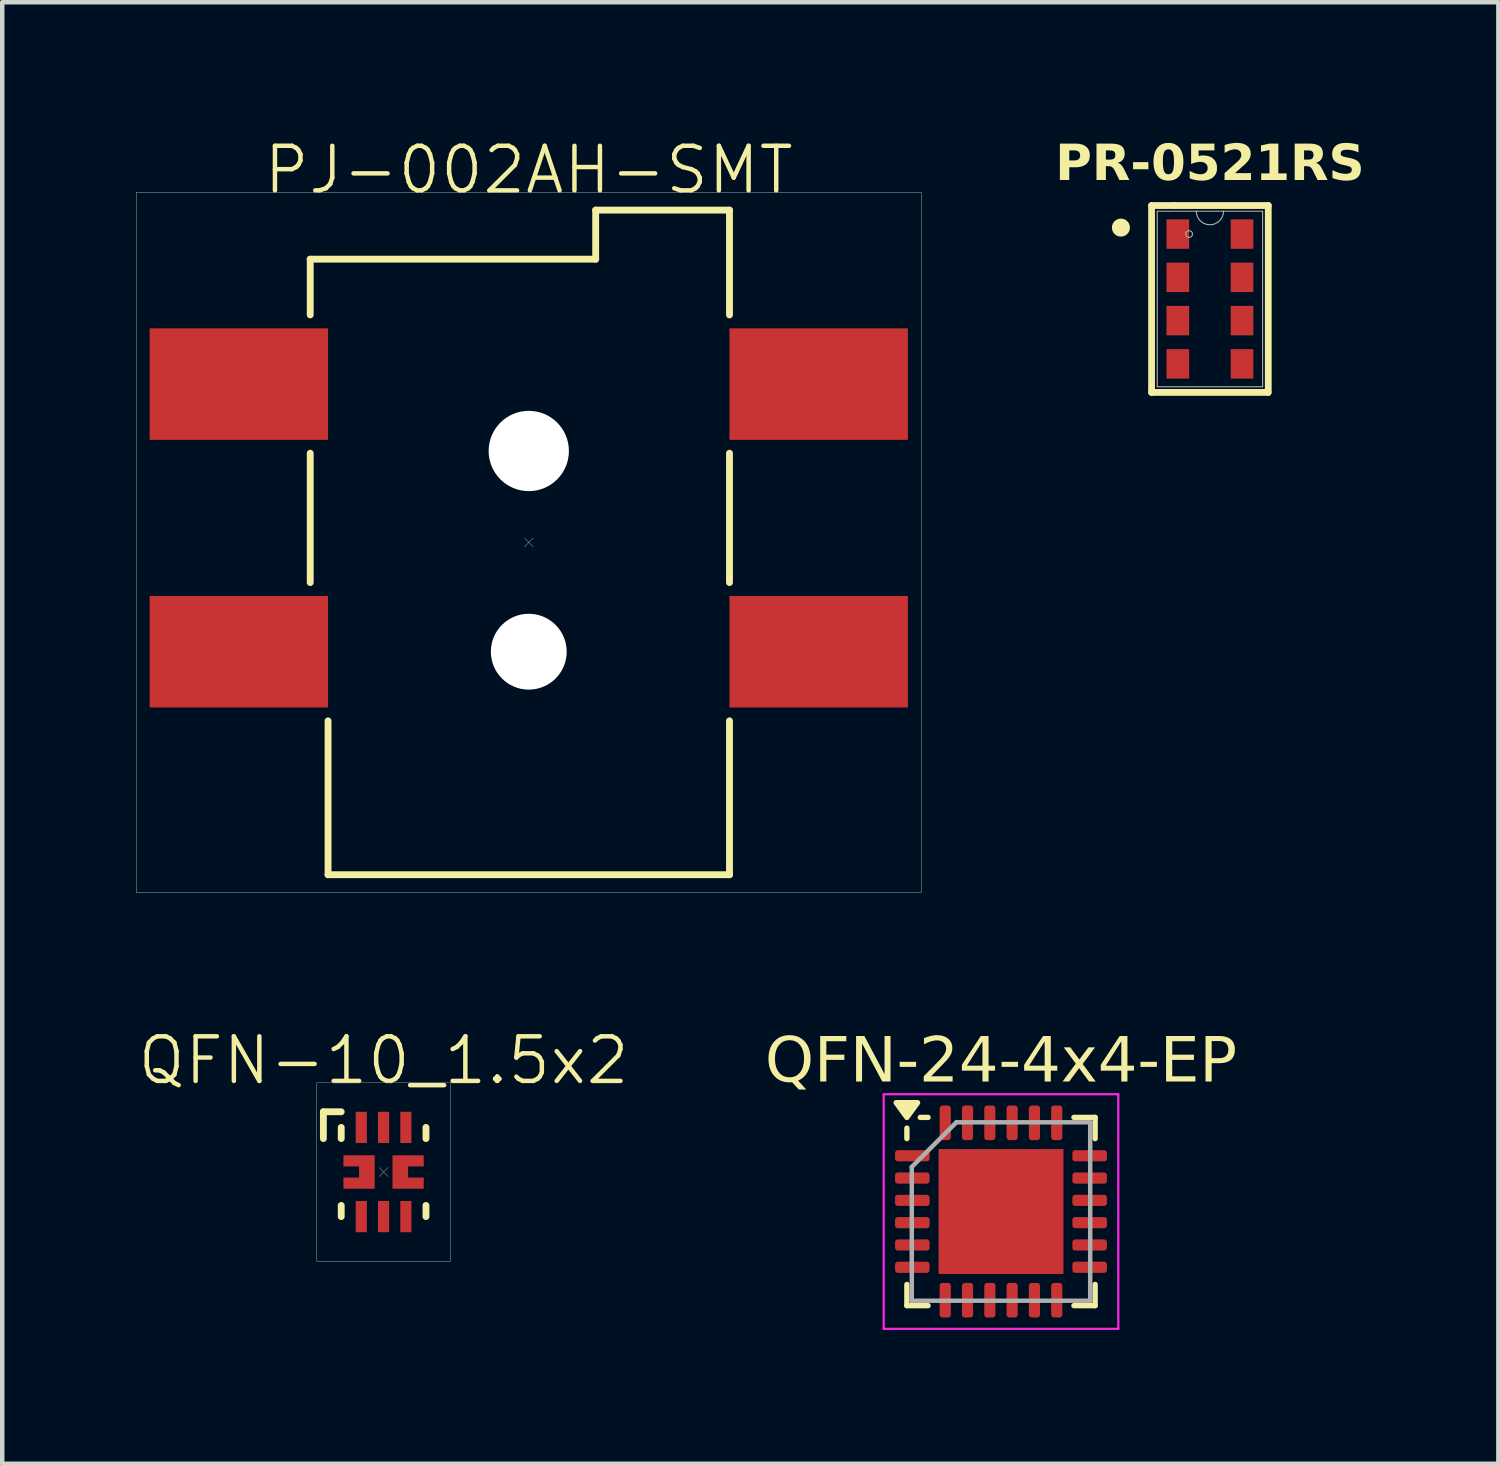
<source format=kicad_pcb>
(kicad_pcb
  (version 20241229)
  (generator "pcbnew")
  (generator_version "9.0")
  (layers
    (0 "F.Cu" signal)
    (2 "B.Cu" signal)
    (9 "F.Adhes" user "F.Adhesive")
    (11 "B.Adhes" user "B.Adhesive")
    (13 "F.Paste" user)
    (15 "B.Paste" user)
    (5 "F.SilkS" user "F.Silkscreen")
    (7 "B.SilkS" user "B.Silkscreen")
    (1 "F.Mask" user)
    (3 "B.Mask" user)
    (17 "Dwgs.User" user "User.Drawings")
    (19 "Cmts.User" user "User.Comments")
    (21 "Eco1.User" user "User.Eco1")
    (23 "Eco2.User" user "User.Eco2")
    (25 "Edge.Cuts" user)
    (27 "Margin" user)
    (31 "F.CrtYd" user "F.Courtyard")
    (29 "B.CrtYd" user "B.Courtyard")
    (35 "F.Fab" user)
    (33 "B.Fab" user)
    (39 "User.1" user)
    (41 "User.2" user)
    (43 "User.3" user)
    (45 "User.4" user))
  (footprint "QFN-10_1.5x2"
    (layer "F.Cu")
    (at 5.55 23.226)
    (property "Reference" "QFN-10_1.5x2" (at 0 -2.5 0) (unlocked yes) (layer "F.SilkS") (effects (font (size 1 1) (thickness 0.1))))
    (attr smd)
    (fp_line (start -1.35 -0.75) (end -1.35 -1.35) (stroke (width 0.154) (type default)) (layer "F.SilkS"))
    (fp_line (start -0.95 -1.35) (end -1.35 -1.35) (stroke (width 0.154) (type default)) (layer "F.SilkS"))
    (fp_line (start -0.95 -1) (end -0.95 -0.75) (stroke (width 0.154) (type default)) (layer "F.SilkS"))
    (fp_line (start -0.95 0.75) (end -0.95 1) (stroke (width 0.154) (type default)) (layer "F.SilkS"))
    (fp_line (start 0.95 -1) (end 0.95 -0.75) (stroke (width 0.154) (type default)) (layer "F.SilkS"))
    (fp_line (start 0.95 0.75) (end 0.95 1) (stroke (width 0.154) (type default)) (layer "F.SilkS"))
    (fp_line (start -0.1 -0.1) (end 0.1 0.1) (stroke (width 0.01) (type default)) (layer "F.Fab"))
    (fp_line (start 0.1 -0.1) (end -0.1 0.1) (stroke (width 0.01) (type default)) (layer "F.Fab"))
    (fp_rect (start -1.5 -2) (end 1.5 2) (stroke (width 0.01) (type default)) (fill no) (layer "F.Fab"))
    (pad "1" smd custom (at -0.35 0) (size 0.25 0.7) (layers "F.Cu" "F.Mask" "F.Paste") (options (anchor rect)) (primitives (gr_poly (pts (xy -0.55 0.375) (xy 0.15 0.375) (xy 0.15 -0.375) (xy -0.55 -0.375) (xy -0.55 -0.125) (xy -0.2 -0.125) (xy -0.2 0.125) (xy -0.55 0.125)) (width 0) (fill yes))))
    (pad "3" smd rect (at -0.5 1) (size 0.25 0.7) (layers "F.Cu" "F.Mask" "F.Paste"))
    (pad "4" smd rect (at 0 1) (size 0.25 0.7) (layers "F.Cu" "F.Mask" "F.Paste"))
    (pad "5" smd rect (at 0.5 1) (size 0.25 0.7) (layers "F.Cu" "F.Mask" "F.Paste"))
    (pad "6" smd custom (at 0.35 0 180) (size 0.25 0.7) (layers "F.Cu" "F.Mask" "F.Paste") (options (anchor rect)) (primitives (gr_poly (pts (xy -0.55 0.375) (xy 0.15 0.375) (xy 0.15 -0.375) (xy -0.55 -0.375) (xy -0.55 -0.125) (xy -0.2 -0.125) (xy -0.2 0.125) (xy -0.55 0.125)) (width 0) (fill yes))))
    (pad "8" smd rect (at 0.5 -1) (size 0.25 0.7) (layers "F.Cu" "F.Mask" "F.Paste"))
    (pad "9" smd rect (at 0 -1) (size 0.25 0.7) (layers "F.Cu" "F.Mask" "F.Paste"))
    (pad "10" smd rect (at -0.5 -1) (size 0.25 0.7) (layers "F.Cu" "F.Mask" "F.Paste")))
  (footprint "PJ-002AH-SMT"
    (layer "F.Cu")
    (at 8.805 9.111)
    (property "Reference" "PJ-002AH-SMT" (at 0 -8.35 0) (unlocked yes) (layer "F.SilkS") (effects (font (size 1 1) (thickness 0.1))))
    (attr smd)
    (fp_line (start -4.9 -5.1) (end -4.9 -6.35) (stroke (width 0.154) (type default)) (layer "F.SilkS"))
    (fp_line (start -4.9 0.9) (end -4.9 -2) (stroke (width 0.154) (type default)) (layer "F.SilkS"))
    (fp_line (start -4.5 7.45) (end -4.5 4) (stroke (width 0.154) (type default)) (layer "F.SilkS"))
    (fp_line (start -4.5 7.45) (end 4.5 7.45) (stroke (width 0.154) (type default)) (layer "F.SilkS"))
    (fp_line (start 1.5 -6.35) (end -4.9 -6.35) (stroke (width 0.154) (type default)) (layer "F.SilkS"))
    (fp_line (start 1.5 -6.35) (end 1.5 -7.45) (stroke (width 0.154) (type default)) (layer "F.SilkS"))
    (fp_line (start 4.5 -7.45) (end 1.5 -7.45) (stroke (width 0.154) (type default)) (layer "F.SilkS"))
    (fp_line (start 4.5 -5.1) (end 4.5 -7.45) (stroke (width 0.154) (type default)) (layer "F.SilkS"))
    (fp_line (start 4.5 0.9) (end 4.5 -2) (stroke (width 0.154) (type default)) (layer "F.SilkS"))
    (fp_line (start 4.5 7.45) (end 4.5 4) (stroke (width 0.154) (type default)) (layer "F.SilkS"))
    (fp_line (start -0.1 -0.1) (end 0.1 0.1) (stroke (width 0.01) (type default)) (layer "F.Fab"))
    (fp_line (start 0.1 -0.1) (end -0.1 0.1) (stroke (width 0.01) (type default)) (layer "F.Fab"))
    (fp_rect (start -8.8 -7.85) (end 8.8 7.85) (stroke (width 0.01) (type default)) (fill no) (layer "F.Fab"))
    (pad "" np_thru_hole circle (at 0 -2.05) (size 1.8 1.8) (drill 1.8) (layers "*.Cu" "*.Mask"))
    (pad "" np_thru_hole circle (at 0 2.45) (size 1.7 1.7) (drill 1.7) (layers "*.Cu" "*.Mask"))
    (pad "1" smd rect (at -6.5 -3.55) (size 4 2.5) (layers "F.Cu" "F.Mask" "F.Paste"))
    (pad "1" smd rect (at -6.5 2.45) (size 4 2.5) (layers "F.Cu" "F.Mask" "F.Paste"))
    (pad "2" smd rect (at 6.5 2.45) (size 4 2.5) (layers "F.Cu" "F.Mask" "F.Paste"))
    (pad "3" smd rect (at 6.5 -3.55) (size 4 2.5) (layers "F.Cu" "F.Mask" "F.Paste")))
  (footprint "QFN-24-4x4-EP"
    (layer "F.Cu")
    (at 19.392 24.112)
    (property "Reference" "QFN-24-4x4-EP" (at 0 -3.33 0) (layer "F.SilkS") (effects (font (face "Arial") (size 1 1) (thickness 0.15))))
    (attr smd)
    (fp_line (start -2.11 -1.635) (end -2.11 -1.87) (stroke (width 0.12) (type solid)) (layer "F.SilkS"))
    (fp_line (start -2.11 2.11) (end -2.11 1.635) (stroke (width 0.12) (type solid)) (layer "F.SilkS"))
    (fp_line (start -1.635 -2.11) (end -1.81 -2.11) (stroke (width 0.12) (type solid)) (layer "F.SilkS"))
    (fp_line (start -1.635 2.11) (end -2.11 2.11) (stroke (width 0.12) (type solid)) (layer "F.SilkS"))
    (fp_line (start 1.635 -2.11) (end 2.11 -2.11) (stroke (width 0.12) (type solid)) (layer "F.SilkS"))
    (fp_line (start 1.635 2.11) (end 2.11 2.11) (stroke (width 0.12) (type solid)) (layer "F.SilkS"))
    (fp_line (start 2.11 -2.11) (end 2.11 -1.635) (stroke (width 0.12) (type solid)) (layer "F.SilkS"))
    (fp_line (start 2.11 2.11) (end 2.11 1.635) (stroke (width 0.12) (type solid)) (layer "F.SilkS"))
    (fp_poly (pts (xy -2.11 -2.11) (xy -2.35 -2.44) (xy -1.87 -2.44) (xy -2.11 -2.11)) (stroke (width 0.12) (type solid)) (fill yes) (layer "F.SilkS"))
    (fp_line (start -2.63 -2.63) (end -2.63 2.63) (stroke (width 0.05) (type solid)) (layer "F.CrtYd"))
    (fp_line (start -2.63 2.63) (end 2.63 2.63) (stroke (width 0.05) (type solid)) (layer "F.CrtYd"))
    (fp_line (start 2.63 -2.63) (end -2.63 -2.63) (stroke (width 0.05) (type solid)) (layer "F.CrtYd"))
    (fp_line (start 2.63 2.63) (end 2.63 -2.63) (stroke (width 0.05) (type solid)) (layer "F.CrtYd"))
    (fp_line (start -2 -1) (end -1 -2) (stroke (width 0.1) (type solid)) (layer "F.Fab"))
    (fp_line (start -2 2) (end -2 -1) (stroke (width 0.1) (type solid)) (layer "F.Fab"))
    (fp_line (start -1 -2) (end 2 -2) (stroke (width 0.1) (type solid)) (layer "F.Fab"))
    (fp_line (start 2 -2) (end 2 2) (stroke (width 0.1) (type solid)) (layer "F.Fab"))
    (fp_line (start 2 2) (end -2 2) (stroke (width 0.1) (type solid)) (layer "F.Fab"))
    (pad "" smd roundrect (at -0.7 -0.7) (size 1.13 1.13) (layers "F.Paste") (roundrect_rratio 0.221))
    (pad "" smd roundrect (at -0.7 0.7) (size 1.13 1.13) (layers "F.Paste") (roundrect_rratio 0.221))
    (pad "" smd roundrect (at 0.7 -0.7) (size 1.13 1.13) (layers "F.Paste") (roundrect_rratio 0.221))
    (pad "" smd roundrect (at 0.7 0.7) (size 1.13 1.13) (layers "F.Paste") (roundrect_rratio 0.221))
    (pad "1" smd roundrect (at -1.988 -1.25) (size 0.775 0.25) (layers "F.Cu" "F.Mask" "F.Paste") (roundrect_rratio 0.25))
    (pad "2" smd roundrect (at -1.988 -0.75) (size 0.775 0.25) (layers "F.Cu" "F.Mask" "F.Paste") (roundrect_rratio 0.25))
    (pad "3" smd roundrect (at -1.988 -0.25) (size 0.775 0.25) (layers "F.Cu" "F.Mask" "F.Paste") (roundrect_rratio 0.25))
    (pad "4" smd roundrect (at -1.988 0.25) (size 0.775 0.25) (layers "F.Cu" "F.Mask" "F.Paste") (roundrect_rratio 0.25))
    (pad "5" smd roundrect (at -1.988 0.75) (size 0.775 0.25) (layers "F.Cu" "F.Mask" "F.Paste") (roundrect_rratio 0.25))
    (pad "6" smd roundrect (at -1.988 1.25) (size 0.775 0.25) (layers "F.Cu" "F.Mask" "F.Paste") (roundrect_rratio 0.25))
    (pad "7" smd roundrect (at -1.25 1.988) (size 0.25 0.775) (layers "F.Cu" "F.Mask" "F.Paste") (roundrect_rratio 0.25))
    (pad "8" smd roundrect (at -0.75 1.988) (size 0.25 0.775) (layers "F.Cu" "F.Mask" "F.Paste") (roundrect_rratio 0.25))
    (pad "9" smd roundrect (at -0.25 1.988) (size 0.25 0.775) (layers "F.Cu" "F.Mask" "F.Paste") (roundrect_rratio 0.25))
    (pad "10" smd roundrect (at 0.25 1.988) (size 0.25 0.775) (layers "F.Cu" "F.Mask" "F.Paste") (roundrect_rratio 0.25))
    (pad "11" smd roundrect (at 0.75 1.988) (size 0.25 0.775) (layers "F.Cu" "F.Mask" "F.Paste") (roundrect_rratio 0.25))
    (pad "12" smd roundrect (at 1.25 1.988) (size 0.25 0.775) (layers "F.Cu" "F.Mask" "F.Paste") (roundrect_rratio 0.25))
    (pad "13" smd roundrect (at 1.988 1.25) (size 0.775 0.25) (layers "F.Cu" "F.Mask" "F.Paste") (roundrect_rratio 0.25))
    (pad "14" smd roundrect (at 1.988 0.75) (size 0.775 0.25) (layers "F.Cu" "F.Mask" "F.Paste") (roundrect_rratio 0.25))
    (pad "15" smd roundrect (at 1.988 0.25) (size 0.775 0.25) (layers "F.Cu" "F.Mask" "F.Paste") (roundrect_rratio 0.25))
    (pad "16" smd roundrect (at 1.988 -0.25) (size 0.775 0.25) (layers "F.Cu" "F.Mask" "F.Paste") (roundrect_rratio 0.25))
    (pad "17" smd roundrect (at 1.988 -0.75) (size 0.775 0.25) (layers "F.Cu" "F.Mask" "F.Paste") (roundrect_rratio 0.25))
    (pad "18" smd roundrect (at 1.988 -1.25) (size 0.775 0.25) (layers "F.Cu" "F.Mask" "F.Paste") (roundrect_rratio 0.25))
    (pad "19" smd roundrect (at 1.25 -1.988) (size 0.25 0.775) (layers "F.Cu" "F.Mask" "F.Paste") (roundrect_rratio 0.25))
    (pad "20" smd roundrect (at 0.75 -1.988) (size 0.25 0.775) (layers "F.Cu" "F.Mask" "F.Paste") (roundrect_rratio 0.25))
    (pad "21" smd roundrect (at 0.25 -1.988) (size 0.25 0.775) (layers "F.Cu" "F.Mask" "F.Paste") (roundrect_rratio 0.25))
    (pad "22" smd roundrect (at -0.25 -1.988) (size 0.25 0.775) (layers "F.Cu" "F.Mask" "F.Paste") (roundrect_rratio 0.25))
    (pad "23" smd roundrect (at -0.75 -1.988) (size 0.25 0.775) (layers "F.Cu" "F.Mask" "F.Paste") (roundrect_rratio 0.25))
    (pad "24" smd roundrect (at -1.25 -1.988) (size 0.25 0.775) (layers "F.Cu" "F.Mask" "F.Paste") (roundrect_rratio 0.25))
    (pad "25" smd rect (at 0 0) (size 2.8 2.8) (property pad_prop_heatsink) (layers "F.Cu" "F.Mask")))
  (footprint "PR-0521RS"
    (layer "F.Cu")
    (at 24.076 3.653)
    (property "Reference" "PR-0521RS" (at 0 -3 0) (unlocked yes) (layer "F.SilkS") (effects (font (face "Arial") (size 0.8 0.8) (thickness 0.1) (bold yes))))
    (attr smd)
    (fp_line (start -1.308 -2.095) (end -1.308 2.095) (stroke (width 0.152) (type solid)) (layer "F.SilkS"))
    (fp_line (start -1.308 -2.095) (end -0.8 -2.095) (stroke (width 0.152) (type default)) (layer "F.SilkS"))
    (fp_line (start -1.308 2.095) (end 1.3 2.095) (stroke (width 0.152) (type default)) (layer "F.SilkS"))
    (fp_line (start -0.8 -2.095) (end 1.308 -2.095) (stroke (width 0.152) (type default)) (layer "F.SilkS"))
    (fp_line (start 1.308 2.095) (end 1.308 -2.095) (stroke (width 0.152) (type solid)) (layer "F.SilkS"))
    (fp_circle (center -1.995 -1.6) (end -1.893 -1.6) (stroke (width 0.2) (type solid)) (fill no) (layer "F.SilkS"))
    (fp_line (start -1.181 -1.968) (end -1.181 1.968) (stroke (width 0.025) (type solid)) (layer "F.Fab"))
    (fp_line (start -1.181 1.968) (end 1.181 1.968) (stroke (width 0.025) (type solid)) (layer "F.Fab"))
    (fp_line (start 1.181 -1.968) (end -1.181 -1.968) (stroke (width 0.025) (type solid)) (layer "F.Fab"))
    (fp_line (start 1.181 1.968) (end 1.181 -1.968) (stroke (width 0.025) (type solid)) (layer "F.Fab"))
    (fp_arc (start 0.3048 -1.9685) (mid 0 -1.6637) (end -0.3048 -1.9685) (stroke (width 0.0254) (type solid)) (layer "F.Fab"))
    (fp_circle (center -0.466 -1.455) (end -0.39 -1.455) (stroke (width 0.025) (type solid)) (fill no) (layer "F.Fab"))
    (pad "1" smd rect (at -0.72 -1.455) (size 0.508 0.66) (layers "F.Cu" "F.Mask" "F.Paste"))
    (pad "2" smd rect (at -0.72 -0.485) (size 0.508 0.66) (layers "F.Cu" "F.Mask" "F.Paste"))
    (pad "3" smd rect (at -0.72 0.485) (size 0.508 0.66) (layers "F.Cu" "F.Mask" "F.Paste"))
    (pad "4" smd rect (at -0.72 1.455) (size 0.508 0.66) (layers "F.Cu" "F.Mask" "F.Paste"))
    (pad "5" smd rect (at 0.72 1.455) (size 0.508 0.66) (layers "F.Cu" "F.Mask" "F.Paste"))
    (pad "6" smd rect (at 0.72 0.485) (size 0.508 0.66) (layers "F.Cu" "F.Mask" "F.Paste"))
    (pad "7" smd rect (at 0.72 -0.485) (size 0.508 0.66) (layers "F.Cu" "F.Mask" "F.Paste"))
    (pad "8" smd rect (at 0.72 -1.455) (size 0.508 0.66) (layers "F.Cu" "F.Mask" "F.Paste")))
  (gr_rect
    (start -3 -3)
    (end 30.543 29.767)
    (stroke (width 0.1) (type default))
    (fill no)
    (layer "Edge.Cuts")))
</source>
